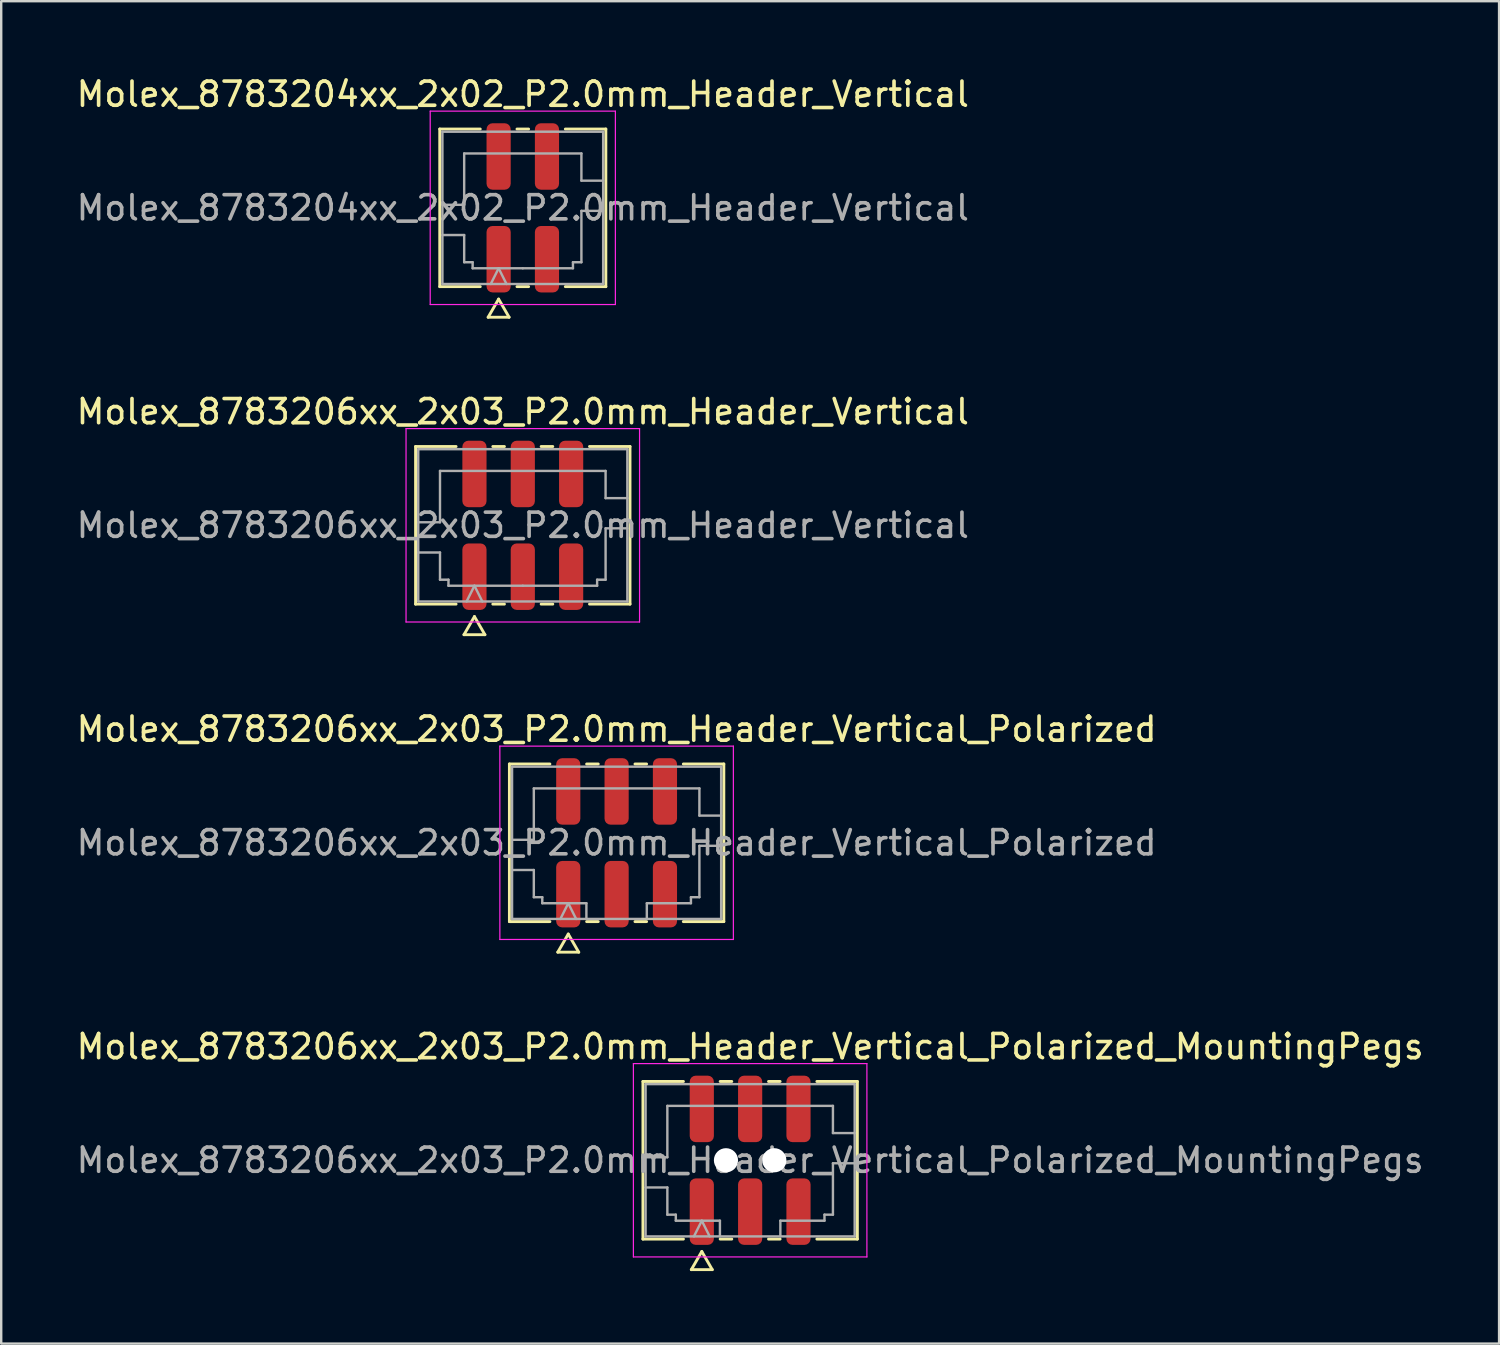
<source format=kicad_pcb>
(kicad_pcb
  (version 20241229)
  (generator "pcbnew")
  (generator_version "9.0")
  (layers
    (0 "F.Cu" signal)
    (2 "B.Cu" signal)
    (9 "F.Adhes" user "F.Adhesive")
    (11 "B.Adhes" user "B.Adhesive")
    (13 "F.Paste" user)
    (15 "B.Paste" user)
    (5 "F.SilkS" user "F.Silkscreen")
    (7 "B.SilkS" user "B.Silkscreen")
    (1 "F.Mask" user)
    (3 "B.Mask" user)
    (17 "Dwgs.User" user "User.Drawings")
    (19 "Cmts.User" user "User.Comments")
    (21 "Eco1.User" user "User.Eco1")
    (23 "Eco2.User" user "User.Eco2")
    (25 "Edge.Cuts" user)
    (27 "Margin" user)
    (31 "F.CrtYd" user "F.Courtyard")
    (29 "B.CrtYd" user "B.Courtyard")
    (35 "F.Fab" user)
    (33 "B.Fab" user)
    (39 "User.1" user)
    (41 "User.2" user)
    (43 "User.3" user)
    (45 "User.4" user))
  (footprint "Molex_8783206xx_2x03_P2.0mm_Header_Vertical"
    (layer "F.Cu")
    (at 18.577 18.681)
    (property "Reference" "Molex_8783206xx_2x03_P2.0mm_Header_Vertical" (at 0 -4.7 0) (layer "F.SilkS") (effects (font (size 1 1) (thickness 0.15))))
    (attr smd)
    (fp_line (start -4.435 -3.26) (end -2.76 -3.26) (stroke (width 0.12) (type solid)) (layer "F.SilkS"))
    (fp_line (start -4.435 3.26) (end -4.435 -3.26) (stroke (width 0.12) (type solid)) (layer "F.SilkS"))
    (fp_line (start -2.76 3.26) (end -4.435 3.26) (stroke (width 0.12) (type solid)) (layer "F.SilkS"))
    (fp_line (start -2.433 4.525) (end -2 3.775) (stroke (width 0.12) (type solid)) (layer "F.SilkS"))
    (fp_line (start -2 3.775) (end -1.567 4.525) (stroke (width 0.12) (type solid)) (layer "F.SilkS"))
    (fp_line (start -1.567 4.525) (end -2.433 4.525) (stroke (width 0.12) (type solid)) (layer "F.SilkS"))
    (fp_line (start -1.24 -3.26) (end -0.76 -3.26) (stroke (width 0.12) (type solid)) (layer "F.SilkS"))
    (fp_line (start -0.76 3.26) (end -1.24 3.26) (stroke (width 0.12) (type solid)) (layer "F.SilkS"))
    (fp_line (start 0.76 -3.26) (end 1.24 -3.26) (stroke (width 0.12) (type solid)) (layer "F.SilkS"))
    (fp_line (start 1.24 3.26) (end 0.76 3.26) (stroke (width 0.12) (type solid)) (layer "F.SilkS"))
    (fp_line (start 2.76 -3.26) (end 4.435 -3.26) (stroke (width 0.12) (type solid)) (layer "F.SilkS"))
    (fp_line (start 4.435 -3.26) (end 4.435 3.26) (stroke (width 0.12) (type solid)) (layer "F.SilkS"))
    (fp_line (start 4.435 3.26) (end 2.76 3.26) (stroke (width 0.12) (type solid)) (layer "F.SilkS"))
    (fp_line (start -4.83 -4) (end -4.83 4) (stroke (width 0.05) (type solid)) (layer "F.CrtYd"))
    (fp_line (start -4.83 4) (end 4.83 4) (stroke (width 0.05) (type solid)) (layer "F.CrtYd"))
    (fp_line (start 4.83 -4) (end -4.83 -4) (stroke (width 0.05) (type solid)) (layer "F.CrtYd"))
    (fp_line (start 4.83 4) (end 4.83 -4) (stroke (width 0.05) (type solid)) (layer "F.CrtYd"))
    (fp_line (start -4.325 -3.15) (end 4.325 -3.15) (stroke (width 0.1) (type solid)) (layer "F.Fab"))
    (fp_line (start -4.325 -0.125) (end -3.425 -0.125) (stroke (width 0.1) (type solid)) (layer "F.Fab"))
    (fp_line (start -4.325 1.125) (end -3.425 1.125) (stroke (width 0.1) (type solid)) (layer "F.Fab"))
    (fp_line (start -4.325 3.15) (end -4.325 -3.15) (stroke (width 0.1) (type solid)) (layer "F.Fab"))
    (fp_line (start -3.425 -2.25) (end 3.425 -2.25) (stroke (width 0.1) (type solid)) (layer "F.Fab"))
    (fp_line (start -3.425 -0.125) (end -3.425 -2.25) (stroke (width 0.1) (type solid)) (layer "F.Fab"))
    (fp_line (start -3.425 1.125) (end -3.425 2.25) (stroke (width 0.1) (type solid)) (layer "F.Fab"))
    (fp_line (start -3.425 2.25) (end -3.075 2.25) (stroke (width 0.1) (type solid)) (layer "F.Fab"))
    (fp_line (start -3.075 2.25) (end -3.075 2.5) (stroke (width 0.1) (type solid)) (layer "F.Fab"))
    (fp_line (start -3.075 2.5) (end 0 2.5) (stroke (width 0.1) (type solid)) (layer "F.Fab"))
    (fp_line (start -2.325 3.15) (end -2 2.5) (stroke (width 0.1) (type solid)) (layer "F.Fab"))
    (fp_line (start -2 2.5) (end -1.675 3.15) (stroke (width 0.1) (type solid)) (layer "F.Fab"))
    (fp_line (start 0 2.5) (end 3.075 2.5) (stroke (width 0.1) (type solid)) (layer "F.Fab"))
    (fp_line (start 3.075 2.25) (end 3.425 2.25) (stroke (width 0.1) (type solid)) (layer "F.Fab"))
    (fp_line (start 3.075 2.5) (end 3.075 2.25) (stroke (width 0.1) (type solid)) (layer "F.Fab"))
    (fp_line (start 3.425 -2.25) (end 3.425 -1.125) (stroke (width 0.1) (type solid)) (layer "F.Fab"))
    (fp_line (start 3.425 -1.125) (end 4.325 -1.125) (stroke (width 0.1) (type solid)) (layer "F.Fab"))
    (fp_line (start 3.425 0.125) (end 4.325 0.125) (stroke (width 0.1) (type solid)) (layer "F.Fab"))
    (fp_line (start 3.425 2.25) (end 3.425 0.125) (stroke (width 0.1) (type solid)) (layer "F.Fab"))
    (fp_line (start 4.325 -3.15) (end 4.325 3.15) (stroke (width 0.1) (type solid)) (layer "F.Fab"))
    (fp_line (start 4.325 3.15) (end -4.325 3.15) (stroke (width 0.1) (type solid)) (layer "F.Fab"))
    (fp_text user "${REFERENCE}" (at 0 0 0) (layer "F.Fab") (effects (font (size 1 1) (thickness 0.15))))
    (pad "1" smd roundrect (at -2 2.125) (size 1 2.75) (layers "F.Cu" "F.Mask" "F.Paste") (roundrect_rratio 0.25))
    (pad "2" smd roundrect (at -2 -2.125) (size 1 2.75) (layers "F.Cu" "F.Mask" "F.Paste") (roundrect_rratio 0.25))
    (pad "3" smd roundrect (at 0 2.125) (size 1 2.75) (layers "F.Cu" "F.Mask" "F.Paste") (roundrect_rratio 0.25))
    (pad "4" smd roundrect (at 0 -2.125) (size 1 2.75) (layers "F.Cu" "F.Mask" "F.Paste") (roundrect_rratio 0.25))
    (pad "5" smd roundrect (at 2 2.125) (size 1 2.75) (layers "F.Cu" "F.Mask" "F.Paste") (roundrect_rratio 0.25))
    (pad "6" smd roundrect (at 2 -2.125) (size 1 2.75) (layers "F.Cu" "F.Mask" "F.Paste") (roundrect_rratio 0.25)))
  (footprint "Molex_8783204xx_2x02_P2.0mm_Header_Vertical"
    (layer "F.Cu")
    (at 18.577 5.548)
    (property "Reference" "Molex_8783204xx_2x02_P2.0mm_Header_Vertical" (at 0 -4.7 0) (layer "F.SilkS") (effects (font (size 1 1) (thickness 0.15))))
    (attr smd)
    (fp_line (start -3.435 -3.26) (end -1.76 -3.26) (stroke (width 0.12) (type solid)) (layer "F.SilkS"))
    (fp_line (start -3.435 3.26) (end -3.435 -3.26) (stroke (width 0.12) (type solid)) (layer "F.SilkS"))
    (fp_line (start -1.76 3.26) (end -3.435 3.26) (stroke (width 0.12) (type solid)) (layer "F.SilkS"))
    (fp_line (start -1.433 4.525) (end -1 3.775) (stroke (width 0.12) (type solid)) (layer "F.SilkS"))
    (fp_line (start -1 3.775) (end -0.567 4.525) (stroke (width 0.12) (type solid)) (layer "F.SilkS"))
    (fp_line (start -0.567 4.525) (end -1.433 4.525) (stroke (width 0.12) (type solid)) (layer "F.SilkS"))
    (fp_line (start -0.24 -3.26) (end 0.24 -3.26) (stroke (width 0.12) (type solid)) (layer "F.SilkS"))
    (fp_line (start 0.24 3.26) (end -0.24 3.26) (stroke (width 0.12) (type solid)) (layer "F.SilkS"))
    (fp_line (start 1.76 -3.26) (end 3.435 -3.26) (stroke (width 0.12) (type solid)) (layer "F.SilkS"))
    (fp_line (start 3.435 -3.26) (end 3.435 3.26) (stroke (width 0.12) (type solid)) (layer "F.SilkS"))
    (fp_line (start 3.435 3.26) (end 1.76 3.26) (stroke (width 0.12) (type solid)) (layer "F.SilkS"))
    (fp_line (start -3.83 -4) (end -3.83 4) (stroke (width 0.05) (type solid)) (layer "F.CrtYd"))
    (fp_line (start -3.83 4) (end 3.83 4) (stroke (width 0.05) (type solid)) (layer "F.CrtYd"))
    (fp_line (start 3.83 -4) (end -3.83 -4) (stroke (width 0.05) (type solid)) (layer "F.CrtYd"))
    (fp_line (start 3.83 4) (end 3.83 -4) (stroke (width 0.05) (type solid)) (layer "F.CrtYd"))
    (fp_line (start -3.325 -3.15) (end 3.325 -3.15) (stroke (width 0.1) (type solid)) (layer "F.Fab"))
    (fp_line (start -3.325 -0.125) (end -2.425 -0.125) (stroke (width 0.1) (type solid)) (layer "F.Fab"))
    (fp_line (start -3.325 1.125) (end -2.425 1.125) (stroke (width 0.1) (type solid)) (layer "F.Fab"))
    (fp_line (start -3.325 3.15) (end -3.325 -3.15) (stroke (width 0.1) (type solid)) (layer "F.Fab"))
    (fp_line (start -2.425 -2.25) (end 2.425 -2.25) (stroke (width 0.1) (type solid)) (layer "F.Fab"))
    (fp_line (start -2.425 -0.125) (end -2.425 -2.25) (stroke (width 0.1) (type solid)) (layer "F.Fab"))
    (fp_line (start -2.425 1.125) (end -2.425 2.25) (stroke (width 0.1) (type solid)) (layer "F.Fab"))
    (fp_line (start -2.425 2.25) (end -2.075 2.25) (stroke (width 0.1) (type solid)) (layer "F.Fab"))
    (fp_line (start -2.075 2.25) (end -2.075 2.5) (stroke (width 0.1) (type solid)) (layer "F.Fab"))
    (fp_line (start -2.075 2.5) (end 0 2.5) (stroke (width 0.1) (type solid)) (layer "F.Fab"))
    (fp_line (start -1.325 3.15) (end -1 2.5) (stroke (width 0.1) (type solid)) (layer "F.Fab"))
    (fp_line (start -1 2.5) (end -0.675 3.15) (stroke (width 0.1) (type solid)) (layer "F.Fab"))
    (fp_line (start 0 2.5) (end 2.075 2.5) (stroke (width 0.1) (type solid)) (layer "F.Fab"))
    (fp_line (start 2.075 2.25) (end 2.425 2.25) (stroke (width 0.1) (type solid)) (layer "F.Fab"))
    (fp_line (start 2.075 2.5) (end 2.075 2.25) (stroke (width 0.1) (type solid)) (layer "F.Fab"))
    (fp_line (start 2.425 -2.25) (end 2.425 -1.125) (stroke (width 0.1) (type solid)) (layer "F.Fab"))
    (fp_line (start 2.425 -1.125) (end 3.325 -1.125) (stroke (width 0.1) (type solid)) (layer "F.Fab"))
    (fp_line (start 2.425 0.125) (end 3.325 0.125) (stroke (width 0.1) (type solid)) (layer "F.Fab"))
    (fp_line (start 2.425 2.25) (end 2.425 0.125) (stroke (width 0.1) (type solid)) (layer "F.Fab"))
    (fp_line (start 3.325 -3.15) (end 3.325 3.15) (stroke (width 0.1) (type solid)) (layer "F.Fab"))
    (fp_line (start 3.325 3.15) (end -3.325 3.15) (stroke (width 0.1) (type solid)) (layer "F.Fab"))
    (fp_text user "${REFERENCE}" (at 0 0 0) (layer "F.Fab") (effects (font (size 1 1) (thickness 0.15))))
    (pad "1" smd roundrect (at -1 2.125) (size 1 2.75) (layers "F.Cu" "F.Mask" "F.Paste") (roundrect_rratio 0.25))
    (pad "2" smd roundrect (at -1 -2.125) (size 1 2.75) (layers "F.Cu" "F.Mask" "F.Paste") (roundrect_rratio 0.25))
    (pad "3" smd roundrect (at 1 2.125) (size 1 2.75) (layers "F.Cu" "F.Mask" "F.Paste") (roundrect_rratio 0.25))
    (pad "4" smd roundrect (at 1 -2.125) (size 1 2.75) (layers "F.Cu" "F.Mask" "F.Paste") (roundrect_rratio 0.25)))
  (footprint "Molex_8783206xx_2x03_P2.0mm_Header_Vertical_Polarized_MountingPegs"
    (layer "F.Cu")
    (at 27.982 44.948)
    (property "Reference" "Molex_8783206xx_2x03_P2.0mm_Header_Vertical_Polarized_MountingPegs" (at 0 -4.7 0) (layer "F.SilkS") (effects (font (size 1 1) (thickness 0.15))))
    (attr smd)
    (fp_line (start -4.435 -3.26) (end -2.76 -3.26) (stroke (width 0.12) (type solid)) (layer "F.SilkS"))
    (fp_line (start -4.435 3.26) (end -4.435 -3.26) (stroke (width 0.12) (type solid)) (layer "F.SilkS"))
    (fp_line (start -2.76 3.26) (end -4.435 3.26) (stroke (width 0.12) (type solid)) (layer "F.SilkS"))
    (fp_line (start -2.433 4.525) (end -2 3.775) (stroke (width 0.12) (type solid)) (layer "F.SilkS"))
    (fp_line (start -2 3.775) (end -1.567 4.525) (stroke (width 0.12) (type solid)) (layer "F.SilkS"))
    (fp_line (start -1.567 4.525) (end -2.433 4.525) (stroke (width 0.12) (type solid)) (layer "F.SilkS"))
    (fp_line (start -1.24 -3.26) (end -0.76 -3.26) (stroke (width 0.12) (type solid)) (layer "F.SilkS"))
    (fp_line (start -0.76 3.26) (end -1.24 3.26) (stroke (width 0.12) (type solid)) (layer "F.SilkS"))
    (fp_line (start 0.76 -3.26) (end 1.24 -3.26) (stroke (width 0.12) (type solid)) (layer "F.SilkS"))
    (fp_line (start 1.24 3.26) (end 0.76 3.26) (stroke (width 0.12) (type solid)) (layer "F.SilkS"))
    (fp_line (start 2.76 -3.26) (end 4.435 -3.26) (stroke (width 0.12) (type solid)) (layer "F.SilkS"))
    (fp_line (start 4.435 -3.26) (end 4.435 3.26) (stroke (width 0.12) (type solid)) (layer "F.SilkS"))
    (fp_line (start 4.435 3.26) (end 2.76 3.26) (stroke (width 0.12) (type solid)) (layer "F.SilkS"))
    (fp_line (start -4.83 -4) (end -4.83 4) (stroke (width 0.05) (type solid)) (layer "F.CrtYd"))
    (fp_line (start -4.83 4) (end 4.83 4) (stroke (width 0.05) (type solid)) (layer "F.CrtYd"))
    (fp_line (start 4.83 -4) (end -4.83 -4) (stroke (width 0.05) (type solid)) (layer "F.CrtYd"))
    (fp_line (start 4.83 4) (end 4.83 -4) (stroke (width 0.05) (type solid)) (layer "F.CrtYd"))
    (fp_line (start -4.325 -3.15) (end 4.325 -3.15) (stroke (width 0.1) (type solid)) (layer "F.Fab"))
    (fp_line (start -4.325 -0.125) (end -3.425 -0.125) (stroke (width 0.1) (type solid)) (layer "F.Fab"))
    (fp_line (start -4.325 1.125) (end -3.425 1.125) (stroke (width 0.1) (type solid)) (layer "F.Fab"))
    (fp_line (start -4.325 3.15) (end -4.325 -3.15) (stroke (width 0.1) (type solid)) (layer "F.Fab"))
    (fp_line (start -3.425 -2.25) (end 3.425 -2.25) (stroke (width 0.1) (type solid)) (layer "F.Fab"))
    (fp_line (start -3.425 -0.125) (end -3.425 -2.25) (stroke (width 0.1) (type solid)) (layer "F.Fab"))
    (fp_line (start -3.425 1.125) (end -3.425 2.25) (stroke (width 0.1) (type solid)) (layer "F.Fab"))
    (fp_line (start -3.425 2.25) (end -3.075 2.25) (stroke (width 0.1) (type solid)) (layer "F.Fab"))
    (fp_line (start -3.075 2.25) (end -3.075 2.5) (stroke (width 0.1) (type solid)) (layer "F.Fab"))
    (fp_line (start -3.075 2.5) (end -1.25 2.5) (stroke (width 0.1) (type solid)) (layer "F.Fab"))
    (fp_line (start -2.325 3.15) (end -2 2.5) (stroke (width 0.1) (type solid)) (layer "F.Fab"))
    (fp_line (start -2 2.5) (end -1.675 3.15) (stroke (width 0.1) (type solid)) (layer "F.Fab"))
    (fp_line (start -1.25 2.5) (end -1.25 3.15) (stroke (width 0.1) (type solid)) (layer "F.Fab"))
    (fp_line (start 1.25 2.5) (end 1.25 3.15) (stroke (width 0.1) (type solid)) (layer "F.Fab"))
    (fp_line (start 1.25 2.5) (end 3.075 2.5) (stroke (width 0.1) (type solid)) (layer "F.Fab"))
    (fp_line (start 3.075 2.25) (end 3.425 2.25) (stroke (width 0.1) (type solid)) (layer "F.Fab"))
    (fp_line (start 3.075 2.5) (end 3.075 2.25) (stroke (width 0.1) (type solid)) (layer "F.Fab"))
    (fp_line (start 3.425 -2.25) (end 3.425 -1.125) (stroke (width 0.1) (type solid)) (layer "F.Fab"))
    (fp_line (start 3.425 -1.125) (end 4.325 -1.125) (stroke (width 0.1) (type solid)) (layer "F.Fab"))
    (fp_line (start 3.425 0.125) (end 4.325 0.125) (stroke (width 0.1) (type solid)) (layer "F.Fab"))
    (fp_line (start 3.425 2.25) (end 3.425 0.125) (stroke (width 0.1) (type solid)) (layer "F.Fab"))
    (fp_line (start 4.325 -3.15) (end 4.325 3.15) (stroke (width 0.1) (type solid)) (layer "F.Fab"))
    (fp_line (start 4.325 3.15) (end -4.325 3.15) (stroke (width 0.1) (type solid)) (layer "F.Fab"))
    (fp_text user "${REFERENCE}" (at 0 0 0) (layer "F.Fab") (effects (font (size 1 1) (thickness 0.15))))
    (pad "" np_thru_hole circle (at -1 0) (size 1 1) (drill 1) (layers "*.Cu" "*.Mask"))
    (pad "" np_thru_hole circle (at 1 0) (size 1 1) (drill 1) (layers "*.Cu" "*.Mask"))
    (pad "1" smd roundrect (at -2 2.125) (size 1 2.75) (layers "F.Cu" "F.Mask" "F.Paste") (roundrect_rratio 0.25))
    (pad "2" smd roundrect (at -2 -2.125) (size 1 2.75) (layers "F.Cu" "F.Mask" "F.Paste") (roundrect_rratio 0.25))
    (pad "3" smd roundrect (at 0 2.125) (size 1 2.75) (layers "F.Cu" "F.Mask" "F.Paste") (roundrect_rratio 0.25))
    (pad "4" smd roundrect (at 0 -2.125) (size 1 2.75) (layers "F.Cu" "F.Mask" "F.Paste") (roundrect_rratio 0.25))
    (pad "5" smd roundrect (at 2 2.125) (size 1 2.75) (layers "F.Cu" "F.Mask" "F.Paste") (roundrect_rratio 0.25))
    (pad "6" smd roundrect (at 2 -2.125) (size 1 2.75) (layers "F.Cu" "F.Mask" "F.Paste") (roundrect_rratio 0.25)))
  (footprint "Molex_8783206xx_2x03_P2.0mm_Header_Vertical_Polarized"
    (layer "F.Cu")
    (at 22.458 31.815)
    (property "Reference" "Molex_8783206xx_2x03_P2.0mm_Header_Vertical_Polarized" (at 0 -4.7 0) (layer "F.SilkS") (effects (font (size 1 1) (thickness 0.15))))
    (attr smd)
    (fp_line (start -4.435 -3.26) (end -2.76 -3.26) (stroke (width 0.12) (type solid)) (layer "F.SilkS"))
    (fp_line (start -4.435 3.26) (end -4.435 -3.26) (stroke (width 0.12) (type solid)) (layer "F.SilkS"))
    (fp_line (start -2.76 3.26) (end -4.435 3.26) (stroke (width 0.12) (type solid)) (layer "F.SilkS"))
    (fp_line (start -2.433 4.525) (end -2 3.775) (stroke (width 0.12) (type solid)) (layer "F.SilkS"))
    (fp_line (start -2 3.775) (end -1.567 4.525) (stroke (width 0.12) (type solid)) (layer "F.SilkS"))
    (fp_line (start -1.567 4.525) (end -2.433 4.525) (stroke (width 0.12) (type solid)) (layer "F.SilkS"))
    (fp_line (start -1.24 -3.26) (end -0.76 -3.26) (stroke (width 0.12) (type solid)) (layer "F.SilkS"))
    (fp_line (start -0.76 3.26) (end -1.24 3.26) (stroke (width 0.12) (type solid)) (layer "F.SilkS"))
    (fp_line (start 0.76 -3.26) (end 1.24 -3.26) (stroke (width 0.12) (type solid)) (layer "F.SilkS"))
    (fp_line (start 1.24 3.26) (end 0.76 3.26) (stroke (width 0.12) (type solid)) (layer "F.SilkS"))
    (fp_line (start 2.76 -3.26) (end 4.435 -3.26) (stroke (width 0.12) (type solid)) (layer "F.SilkS"))
    (fp_line (start 4.435 -3.26) (end 4.435 3.26) (stroke (width 0.12) (type solid)) (layer "F.SilkS"))
    (fp_line (start 4.435 3.26) (end 2.76 3.26) (stroke (width 0.12) (type solid)) (layer "F.SilkS"))
    (fp_line (start -4.83 -4) (end -4.83 4) (stroke (width 0.05) (type solid)) (layer "F.CrtYd"))
    (fp_line (start -4.83 4) (end 4.83 4) (stroke (width 0.05) (type solid)) (layer "F.CrtYd"))
    (fp_line (start 4.83 -4) (end -4.83 -4) (stroke (width 0.05) (type solid)) (layer "F.CrtYd"))
    (fp_line (start 4.83 4) (end 4.83 -4) (stroke (width 0.05) (type solid)) (layer "F.CrtYd"))
    (fp_line (start -4.325 -3.15) (end 4.325 -3.15) (stroke (width 0.1) (type solid)) (layer "F.Fab"))
    (fp_line (start -4.325 -0.125) (end -3.425 -0.125) (stroke (width 0.1) (type solid)) (layer "F.Fab"))
    (fp_line (start -4.325 1.125) (end -3.425 1.125) (stroke (width 0.1) (type solid)) (layer "F.Fab"))
    (fp_line (start -4.325 3.15) (end -4.325 -3.15) (stroke (width 0.1) (type solid)) (layer "F.Fab"))
    (fp_line (start -3.425 -2.25) (end 3.425 -2.25) (stroke (width 0.1) (type solid)) (layer "F.Fab"))
    (fp_line (start -3.425 -0.125) (end -3.425 -2.25) (stroke (width 0.1) (type solid)) (layer "F.Fab"))
    (fp_line (start -3.425 1.125) (end -3.425 2.25) (stroke (width 0.1) (type solid)) (layer "F.Fab"))
    (fp_line (start -3.425 2.25) (end -3.075 2.25) (stroke (width 0.1) (type solid)) (layer "F.Fab"))
    (fp_line (start -3.075 2.25) (end -3.075 2.5) (stroke (width 0.1) (type solid)) (layer "F.Fab"))
    (fp_line (start -3.075 2.5) (end -1.25 2.5) (stroke (width 0.1) (type solid)) (layer "F.Fab"))
    (fp_line (start -2.325 3.15) (end -2 2.5) (stroke (width 0.1) (type solid)) (layer "F.Fab"))
    (fp_line (start -2 2.5) (end -1.675 3.15) (stroke (width 0.1) (type solid)) (layer "F.Fab"))
    (fp_line (start -1.25 2.5) (end -1.25 3.15) (stroke (width 0.1) (type solid)) (layer "F.Fab"))
    (fp_line (start 1.25 2.5) (end 1.25 3.15) (stroke (width 0.1) (type solid)) (layer "F.Fab"))
    (fp_line (start 1.25 2.5) (end 3.075 2.5) (stroke (width 0.1) (type solid)) (layer "F.Fab"))
    (fp_line (start 3.075 2.25) (end 3.425 2.25) (stroke (width 0.1) (type solid)) (layer "F.Fab"))
    (fp_line (start 3.075 2.5) (end 3.075 2.25) (stroke (width 0.1) (type solid)) (layer "F.Fab"))
    (fp_line (start 3.425 -2.25) (end 3.425 -1.125) (stroke (width 0.1) (type solid)) (layer "F.Fab"))
    (fp_line (start 3.425 -1.125) (end 4.325 -1.125) (stroke (width 0.1) (type solid)) (layer "F.Fab"))
    (fp_line (start 3.425 0.125) (end 4.325 0.125) (stroke (width 0.1) (type solid)) (layer "F.Fab"))
    (fp_line (start 3.425 2.25) (end 3.425 0.125) (stroke (width 0.1) (type solid)) (layer "F.Fab"))
    (fp_line (start 4.325 -3.15) (end 4.325 3.15) (stroke (width 0.1) (type solid)) (layer "F.Fab"))
    (fp_line (start 4.325 3.15) (end -4.325 3.15) (stroke (width 0.1) (type solid)) (layer "F.Fab"))
    (fp_text user "${REFERENCE}" (at 0 0 0) (layer "F.Fab") (effects (font (size 1 1) (thickness 0.15))))
    (pad "1" smd roundrect (at -2 2.125) (size 1 2.75) (layers "F.Cu" "F.Mask" "F.Paste") (roundrect_rratio 0.25))
    (pad "2" smd roundrect (at -2 -2.125) (size 1 2.75) (layers "F.Cu" "F.Mask" "F.Paste") (roundrect_rratio 0.25))
    (pad "3" smd roundrect (at 0 2.125) (size 1 2.75) (layers "F.Cu" "F.Mask" "F.Paste") (roundrect_rratio 0.25))
    (pad "4" smd roundrect (at 0 -2.125) (size 1 2.75) (layers "F.Cu" "F.Mask" "F.Paste") (roundrect_rratio 0.25))
    (pad "5" smd roundrect (at 2 2.125) (size 1 2.75) (layers "F.Cu" "F.Mask" "F.Paste") (roundrect_rratio 0.25))
    (pad "6" smd roundrect (at 2 -2.125) (size 1 2.75) (layers "F.Cu" "F.Mask" "F.Paste") (roundrect_rratio 0.25)))
  (gr_rect
    (start -3 -3)
    (end 58.964 52.533)
    (stroke (width 0.1) (type default))
    (fill no)
    (layer "Edge.Cuts")))
</source>
